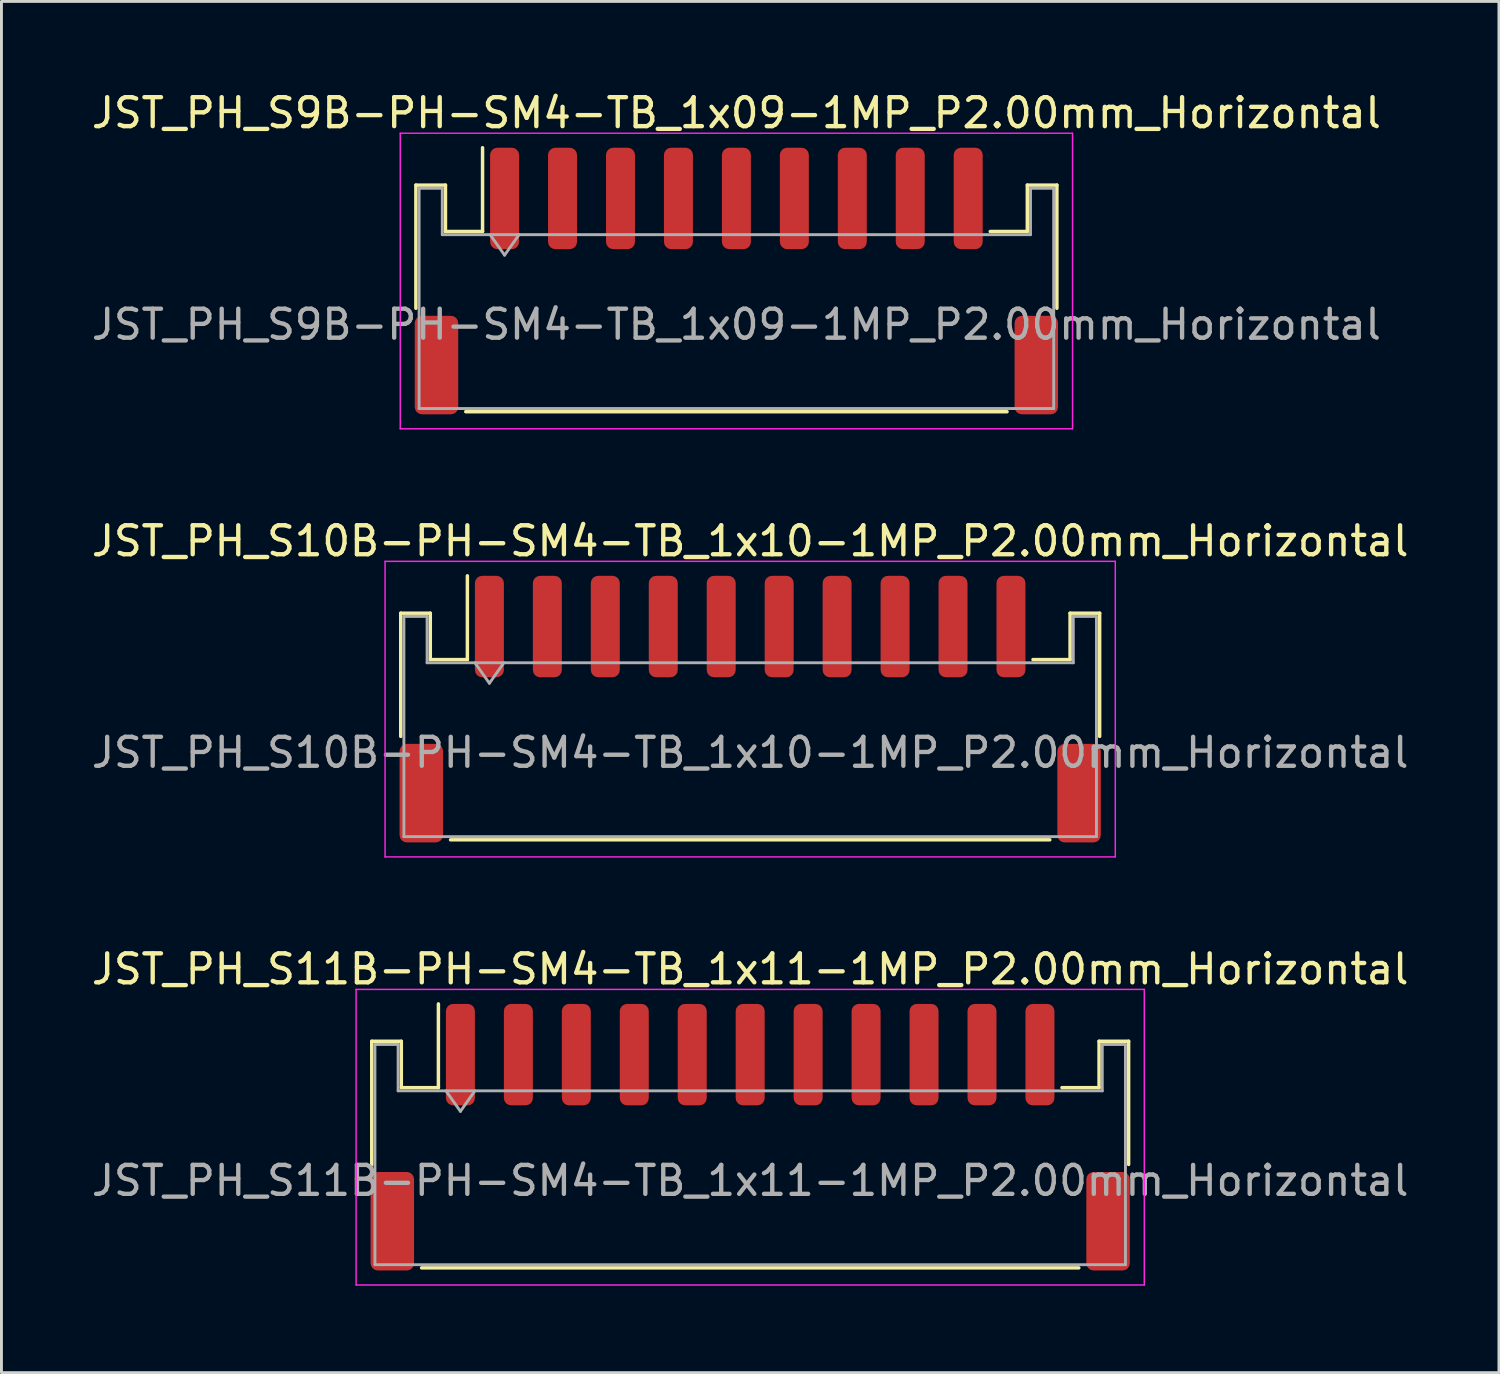
<source format=kicad_pcb>
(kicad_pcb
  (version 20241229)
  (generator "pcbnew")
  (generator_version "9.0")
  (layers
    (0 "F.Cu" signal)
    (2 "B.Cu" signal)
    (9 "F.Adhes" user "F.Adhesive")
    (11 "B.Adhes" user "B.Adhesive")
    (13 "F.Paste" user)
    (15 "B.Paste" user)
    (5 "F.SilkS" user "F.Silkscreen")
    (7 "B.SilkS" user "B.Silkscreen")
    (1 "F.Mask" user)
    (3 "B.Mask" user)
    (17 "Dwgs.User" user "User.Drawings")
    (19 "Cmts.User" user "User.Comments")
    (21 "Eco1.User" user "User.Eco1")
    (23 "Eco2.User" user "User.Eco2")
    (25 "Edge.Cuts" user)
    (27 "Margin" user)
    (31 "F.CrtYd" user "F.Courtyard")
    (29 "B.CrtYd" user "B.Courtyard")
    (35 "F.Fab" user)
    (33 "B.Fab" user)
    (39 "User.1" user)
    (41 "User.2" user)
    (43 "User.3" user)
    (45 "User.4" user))
  (footprint "JST_PH_S9B-PH-SM4-TB_1x09-1MP_P2.00mm_Horizontal"
    (layer "F.Cu")
    (at 22.363 6.648)
    (property "Reference" "JST_PH_S9B-PH-SM4-TB_1x09-1MP_P2.00mm_Horizontal" (at 0 -5.8 0) (layer "F.SilkS") (effects (font (size 1 1) (thickness 0.15))))
    (attr smd)
    (fp_line (start -11.06 -3.31) (end -10.04 -3.31) (stroke (width 0.12) (type solid)) (layer "F.SilkS"))
    (fp_line (start -11.06 0.94) (end -11.06 -3.31) (stroke (width 0.12) (type solid)) (layer "F.SilkS"))
    (fp_line (start -10.04 -3.31) (end -10.04 -1.71) (stroke (width 0.12) (type solid)) (layer "F.SilkS"))
    (fp_line (start -10.04 -1.71) (end -8.76 -1.71) (stroke (width 0.12) (type solid)) (layer "F.SilkS"))
    (fp_line (start -9.34 4.51) (end 9.34 4.51) (stroke (width 0.12) (type solid)) (layer "F.SilkS"))
    (fp_line (start -8.76 -1.71) (end -8.76 -4.6) (stroke (width 0.12) (type solid)) (layer "F.SilkS"))
    (fp_line (start 10.04 -3.31) (end 10.04 -1.71) (stroke (width 0.12) (type solid)) (layer "F.SilkS"))
    (fp_line (start 10.04 -1.71) (end 8.76 -1.71) (stroke (width 0.12) (type solid)) (layer "F.SilkS"))
    (fp_line (start 11.06 -3.31) (end 10.04 -3.31) (stroke (width 0.12) (type solid)) (layer "F.SilkS"))
    (fp_line (start 11.06 0.94) (end 11.06 -3.31) (stroke (width 0.12) (type solid)) (layer "F.SilkS"))
    (fp_line (start -11.6 -5.1) (end -11.6 5.1) (stroke (width 0.05) (type solid)) (layer "F.CrtYd"))
    (fp_line (start -11.6 5.1) (end 11.6 5.1) (stroke (width 0.05) (type solid)) (layer "F.CrtYd"))
    (fp_line (start 11.6 -5.1) (end -11.6 -5.1) (stroke (width 0.05) (type solid)) (layer "F.CrtYd"))
    (fp_line (start 11.6 5.1) (end 11.6 -5.1) (stroke (width 0.05) (type solid)) (layer "F.CrtYd"))
    (fp_line (start -10.95 -3.2) (end -10.95 4.4) (stroke (width 0.1) (type solid)) (layer "F.Fab"))
    (fp_line (start -10.95 -3.2) (end -10.15 -3.2) (stroke (width 0.1) (type solid)) (layer "F.Fab"))
    (fp_line (start -10.95 4.4) (end 10.95 4.4) (stroke (width 0.1) (type solid)) (layer "F.Fab"))
    (fp_line (start -10.15 -3.2) (end -10.15 -1.6) (stroke (width 0.1) (type solid)) (layer "F.Fab"))
    (fp_line (start -10.15 -1.6) (end 10.15 -1.6) (stroke (width 0.1) (type solid)) (layer "F.Fab"))
    (fp_line (start -8.5 -1.6) (end -8 -0.893) (stroke (width 0.1) (type solid)) (layer "F.Fab"))
    (fp_line (start -8 -0.893) (end -7.5 -1.6) (stroke (width 0.1) (type solid)) (layer "F.Fab"))
    (fp_line (start 10.15 -3.2) (end 10.95 -3.2) (stroke (width 0.1) (type solid)) (layer "F.Fab"))
    (fp_line (start 10.15 -1.6) (end 10.15 -3.2) (stroke (width 0.1) (type solid)) (layer "F.Fab"))
    (fp_line (start 10.95 -3.2) (end 10.95 4.4) (stroke (width 0.1) (type solid)) (layer "F.Fab"))
    (fp_text user "${REFERENCE}" (at 0 1.5 0) (layer "F.Fab") (effects (font (size 1 1) (thickness 0.15))))
    (pad "1" smd roundrect (at -8 -2.85) (size 1 3.5) (layers "F.Cu" "F.Mask" "F.Paste") (roundrect_rratio 0.25))
    (pad "2" smd roundrect (at -6 -2.85) (size 1 3.5) (layers "F.Cu" "F.Mask" "F.Paste") (roundrect_rratio 0.25))
    (pad "3" smd roundrect (at -4 -2.85) (size 1 3.5) (layers "F.Cu" "F.Mask" "F.Paste") (roundrect_rratio 0.25))
    (pad "4" smd roundrect (at -2 -2.85) (size 1 3.5) (layers "F.Cu" "F.Mask" "F.Paste") (roundrect_rratio 0.25))
    (pad "5" smd roundrect (at 0 -2.85) (size 1 3.5) (layers "F.Cu" "F.Mask" "F.Paste") (roundrect_rratio 0.25))
    (pad "6" smd roundrect (at 2 -2.85) (size 1 3.5) (layers "F.Cu" "F.Mask" "F.Paste") (roundrect_rratio 0.25))
    (pad "7" smd roundrect (at 4 -2.85) (size 1 3.5) (layers "F.Cu" "F.Mask" "F.Paste") (roundrect_rratio 0.25))
    (pad "8" smd roundrect (at 6 -2.85) (size 1 3.5) (layers "F.Cu" "F.Mask" "F.Paste") (roundrect_rratio 0.25))
    (pad "9" smd roundrect (at 8 -2.85) (size 1 3.5) (layers "F.Cu" "F.Mask" "F.Paste") (roundrect_rratio 0.25))
    (pad "MP" smd roundrect (at -10.35 2.9) (size 1.5 3.4) (layers "F.Cu" "F.Mask" "F.Paste") (roundrect_rratio 0.167))
    (pad "MP" smd roundrect (at 10.35 2.9) (size 1.5 3.4) (layers "F.Cu" "F.Mask" "F.Paste") (roundrect_rratio 0.167)))
  (footprint "JST_PH_S10B-PH-SM4-TB_1x10-1MP_P2.00mm_Horizontal"
    (layer "F.Cu")
    (at 22.839 21.422)
    (property "Reference" "JST_PH_S10B-PH-SM4-TB_1x10-1MP_P2.00mm_Horizontal" (at 0 -5.8 0) (layer "F.SilkS") (effects (font (size 1 1) (thickness 0.15))))
    (attr smd)
    (fp_line (start -12.06 -3.31) (end -11.04 -3.31) (stroke (width 0.12) (type solid)) (layer "F.SilkS"))
    (fp_line (start -12.06 0.94) (end -12.06 -3.31) (stroke (width 0.12) (type solid)) (layer "F.SilkS"))
    (fp_line (start -11.04 -3.31) (end -11.04 -1.71) (stroke (width 0.12) (type solid)) (layer "F.SilkS"))
    (fp_line (start -11.04 -1.71) (end -9.76 -1.71) (stroke (width 0.12) (type solid)) (layer "F.SilkS"))
    (fp_line (start -10.34 4.51) (end 10.34 4.51) (stroke (width 0.12) (type solid)) (layer "F.SilkS"))
    (fp_line (start -9.76 -1.71) (end -9.76 -4.6) (stroke (width 0.12) (type solid)) (layer "F.SilkS"))
    (fp_line (start 11.04 -3.31) (end 11.04 -1.71) (stroke (width 0.12) (type solid)) (layer "F.SilkS"))
    (fp_line (start 11.04 -1.71) (end 9.76 -1.71) (stroke (width 0.12) (type solid)) (layer "F.SilkS"))
    (fp_line (start 12.06 -3.31) (end 11.04 -3.31) (stroke (width 0.12) (type solid)) (layer "F.SilkS"))
    (fp_line (start 12.06 0.94) (end 12.06 -3.31) (stroke (width 0.12) (type solid)) (layer "F.SilkS"))
    (fp_line (start -12.6 -5.1) (end -12.6 5.1) (stroke (width 0.05) (type solid)) (layer "F.CrtYd"))
    (fp_line (start -12.6 5.1) (end 12.6 5.1) (stroke (width 0.05) (type solid)) (layer "F.CrtYd"))
    (fp_line (start 12.6 -5.1) (end -12.6 -5.1) (stroke (width 0.05) (type solid)) (layer "F.CrtYd"))
    (fp_line (start 12.6 5.1) (end 12.6 -5.1) (stroke (width 0.05) (type solid)) (layer "F.CrtYd"))
    (fp_line (start -11.95 -3.2) (end -11.95 4.4) (stroke (width 0.1) (type solid)) (layer "F.Fab"))
    (fp_line (start -11.95 -3.2) (end -11.15 -3.2) (stroke (width 0.1) (type solid)) (layer "F.Fab"))
    (fp_line (start -11.95 4.4) (end 11.95 4.4) (stroke (width 0.1) (type solid)) (layer "F.Fab"))
    (fp_line (start -11.15 -3.2) (end -11.15 -1.6) (stroke (width 0.1) (type solid)) (layer "F.Fab"))
    (fp_line (start -11.15 -1.6) (end 11.15 -1.6) (stroke (width 0.1) (type solid)) (layer "F.Fab"))
    (fp_line (start -9.5 -1.6) (end -9 -0.893) (stroke (width 0.1) (type solid)) (layer "F.Fab"))
    (fp_line (start -9 -0.893) (end -8.5 -1.6) (stroke (width 0.1) (type solid)) (layer "F.Fab"))
    (fp_line (start 11.15 -3.2) (end 11.95 -3.2) (stroke (width 0.1) (type solid)) (layer "F.Fab"))
    (fp_line (start 11.15 -1.6) (end 11.15 -3.2) (stroke (width 0.1) (type solid)) (layer "F.Fab"))
    (fp_line (start 11.95 -3.2) (end 11.95 4.4) (stroke (width 0.1) (type solid)) (layer "F.Fab"))
    (fp_text user "${REFERENCE}" (at 0 1.5 0) (layer "F.Fab") (effects (font (size 1 1) (thickness 0.15))))
    (pad "1" smd roundrect (at -9 -2.85) (size 1 3.5) (layers "F.Cu" "F.Mask" "F.Paste") (roundrect_rratio 0.25))
    (pad "2" smd roundrect (at -7 -2.85) (size 1 3.5) (layers "F.Cu" "F.Mask" "F.Paste") (roundrect_rratio 0.25))
    (pad "3" smd roundrect (at -5 -2.85) (size 1 3.5) (layers "F.Cu" "F.Mask" "F.Paste") (roundrect_rratio 0.25))
    (pad "4" smd roundrect (at -3 -2.85) (size 1 3.5) (layers "F.Cu" "F.Mask" "F.Paste") (roundrect_rratio 0.25))
    (pad "5" smd roundrect (at -1 -2.85) (size 1 3.5) (layers "F.Cu" "F.Mask" "F.Paste") (roundrect_rratio 0.25))
    (pad "6" smd roundrect (at 1 -2.85) (size 1 3.5) (layers "F.Cu" "F.Mask" "F.Paste") (roundrect_rratio 0.25))
    (pad "7" smd roundrect (at 3 -2.85) (size 1 3.5) (layers "F.Cu" "F.Mask" "F.Paste") (roundrect_rratio 0.25))
    (pad "8" smd roundrect (at 5 -2.85) (size 1 3.5) (layers "F.Cu" "F.Mask" "F.Paste") (roundrect_rratio 0.25))
    (pad "9" smd roundrect (at 7 -2.85) (size 1 3.5) (layers "F.Cu" "F.Mask" "F.Paste") (roundrect_rratio 0.25))
    (pad "10" smd roundrect (at 9 -2.85) (size 1 3.5) (layers "F.Cu" "F.Mask" "F.Paste") (roundrect_rratio 0.25))
    (pad "MP" smd roundrect (at -11.35 2.9) (size 1.5 3.4) (layers "F.Cu" "F.Mask" "F.Paste") (roundrect_rratio 0.167))
    (pad "MP" smd roundrect (at 11.35 2.9) (size 1.5 3.4) (layers "F.Cu" "F.Mask" "F.Paste") (roundrect_rratio 0.167)))
  (footprint "JST_PH_S11B-PH-SM4-TB_1x11-1MP_P2.00mm_Horizontal"
    (layer "F.Cu")
    (at 22.839 36.195)
    (property "Reference" "JST_PH_S11B-PH-SM4-TB_1x11-1MP_P2.00mm_Horizontal" (at 0 -5.8 0) (layer "F.SilkS") (effects (font (size 1 1) (thickness 0.15))))
    (attr smd)
    (fp_line (start -13.06 -3.31) (end -12.04 -3.31) (stroke (width 0.12) (type solid)) (layer "F.SilkS"))
    (fp_line (start -13.06 0.94) (end -13.06 -3.31) (stroke (width 0.12) (type solid)) (layer "F.SilkS"))
    (fp_line (start -12.04 -3.31) (end -12.04 -1.71) (stroke (width 0.12) (type solid)) (layer "F.SilkS"))
    (fp_line (start -12.04 -1.71) (end -10.76 -1.71) (stroke (width 0.12) (type solid)) (layer "F.SilkS"))
    (fp_line (start -11.34 4.51) (end 11.34 4.51) (stroke (width 0.12) (type solid)) (layer "F.SilkS"))
    (fp_line (start -10.76 -1.71) (end -10.76 -4.6) (stroke (width 0.12) (type solid)) (layer "F.SilkS"))
    (fp_line (start 12.04 -3.31) (end 12.04 -1.71) (stroke (width 0.12) (type solid)) (layer "F.SilkS"))
    (fp_line (start 12.04 -1.71) (end 10.76 -1.71) (stroke (width 0.12) (type solid)) (layer "F.SilkS"))
    (fp_line (start 13.06 -3.31) (end 12.04 -3.31) (stroke (width 0.12) (type solid)) (layer "F.SilkS"))
    (fp_line (start 13.06 0.94) (end 13.06 -3.31) (stroke (width 0.12) (type solid)) (layer "F.SilkS"))
    (fp_line (start -13.6 -5.1) (end -13.6 5.1) (stroke (width 0.05) (type solid)) (layer "F.CrtYd"))
    (fp_line (start -13.6 5.1) (end 13.6 5.1) (stroke (width 0.05) (type solid)) (layer "F.CrtYd"))
    (fp_line (start 13.6 -5.1) (end -13.6 -5.1) (stroke (width 0.05) (type solid)) (layer "F.CrtYd"))
    (fp_line (start 13.6 5.1) (end 13.6 -5.1) (stroke (width 0.05) (type solid)) (layer "F.CrtYd"))
    (fp_line (start -12.95 -3.2) (end -12.95 4.4) (stroke (width 0.1) (type solid)) (layer "F.Fab"))
    (fp_line (start -12.95 -3.2) (end -12.15 -3.2) (stroke (width 0.1) (type solid)) (layer "F.Fab"))
    (fp_line (start -12.95 4.4) (end 12.95 4.4) (stroke (width 0.1) (type solid)) (layer "F.Fab"))
    (fp_line (start -12.15 -3.2) (end -12.15 -1.6) (stroke (width 0.1) (type solid)) (layer "F.Fab"))
    (fp_line (start -12.15 -1.6) (end 12.15 -1.6) (stroke (width 0.1) (type solid)) (layer "F.Fab"))
    (fp_line (start -10.5 -1.6) (end -10 -0.893) (stroke (width 0.1) (type solid)) (layer "F.Fab"))
    (fp_line (start -10 -0.893) (end -9.5 -1.6) (stroke (width 0.1) (type solid)) (layer "F.Fab"))
    (fp_line (start 12.15 -3.2) (end 12.95 -3.2) (stroke (width 0.1) (type solid)) (layer "F.Fab"))
    (fp_line (start 12.15 -1.6) (end 12.15 -3.2) (stroke (width 0.1) (type solid)) (layer "F.Fab"))
    (fp_line (start 12.95 -3.2) (end 12.95 4.4) (stroke (width 0.1) (type solid)) (layer "F.Fab"))
    (fp_text user "${REFERENCE}" (at 0 1.5 0) (layer "F.Fab") (effects (font (size 1 1) (thickness 0.15))))
    (pad "1" smd roundrect (at -10 -2.85) (size 1 3.5) (layers "F.Cu" "F.Mask" "F.Paste") (roundrect_rratio 0.25))
    (pad "2" smd roundrect (at -8 -2.85) (size 1 3.5) (layers "F.Cu" "F.Mask" "F.Paste") (roundrect_rratio 0.25))
    (pad "3" smd roundrect (at -6 -2.85) (size 1 3.5) (layers "F.Cu" "F.Mask" "F.Paste") (roundrect_rratio 0.25))
    (pad "4" smd roundrect (at -4 -2.85) (size 1 3.5) (layers "F.Cu" "F.Mask" "F.Paste") (roundrect_rratio 0.25))
    (pad "5" smd roundrect (at -2 -2.85) (size 1 3.5) (layers "F.Cu" "F.Mask" "F.Paste") (roundrect_rratio 0.25))
    (pad "6" smd roundrect (at 0 -2.85) (size 1 3.5) (layers "F.Cu" "F.Mask" "F.Paste") (roundrect_rratio 0.25))
    (pad "7" smd roundrect (at 2 -2.85) (size 1 3.5) (layers "F.Cu" "F.Mask" "F.Paste") (roundrect_rratio 0.25))
    (pad "8" smd roundrect (at 4 -2.85) (size 1 3.5) (layers "F.Cu" "F.Mask" "F.Paste") (roundrect_rratio 0.25))
    (pad "9" smd roundrect (at 6 -2.85) (size 1 3.5) (layers "F.Cu" "F.Mask" "F.Paste") (roundrect_rratio 0.25))
    (pad "10" smd roundrect (at 8 -2.85) (size 1 3.5) (layers "F.Cu" "F.Mask" "F.Paste") (roundrect_rratio 0.25))
    (pad "11" smd roundrect (at 10 -2.85) (size 1 3.5) (layers "F.Cu" "F.Mask" "F.Paste") (roundrect_rratio 0.25))
    (pad "MP" smd roundrect (at -12.35 2.9) (size 1.5 3.4) (layers "F.Cu" "F.Mask" "F.Paste") (roundrect_rratio 0.167))
    (pad "MP" smd roundrect (at 12.35 2.9) (size 1.5 3.4) (layers "F.Cu" "F.Mask" "F.Paste") (roundrect_rratio 0.167)))
  (gr_rect
    (start -3 -3)
    (end 48.679 44.32)
    (stroke (width 0.1) (type default))
    (fill no)
    (layer "Edge.Cuts")))
</source>
